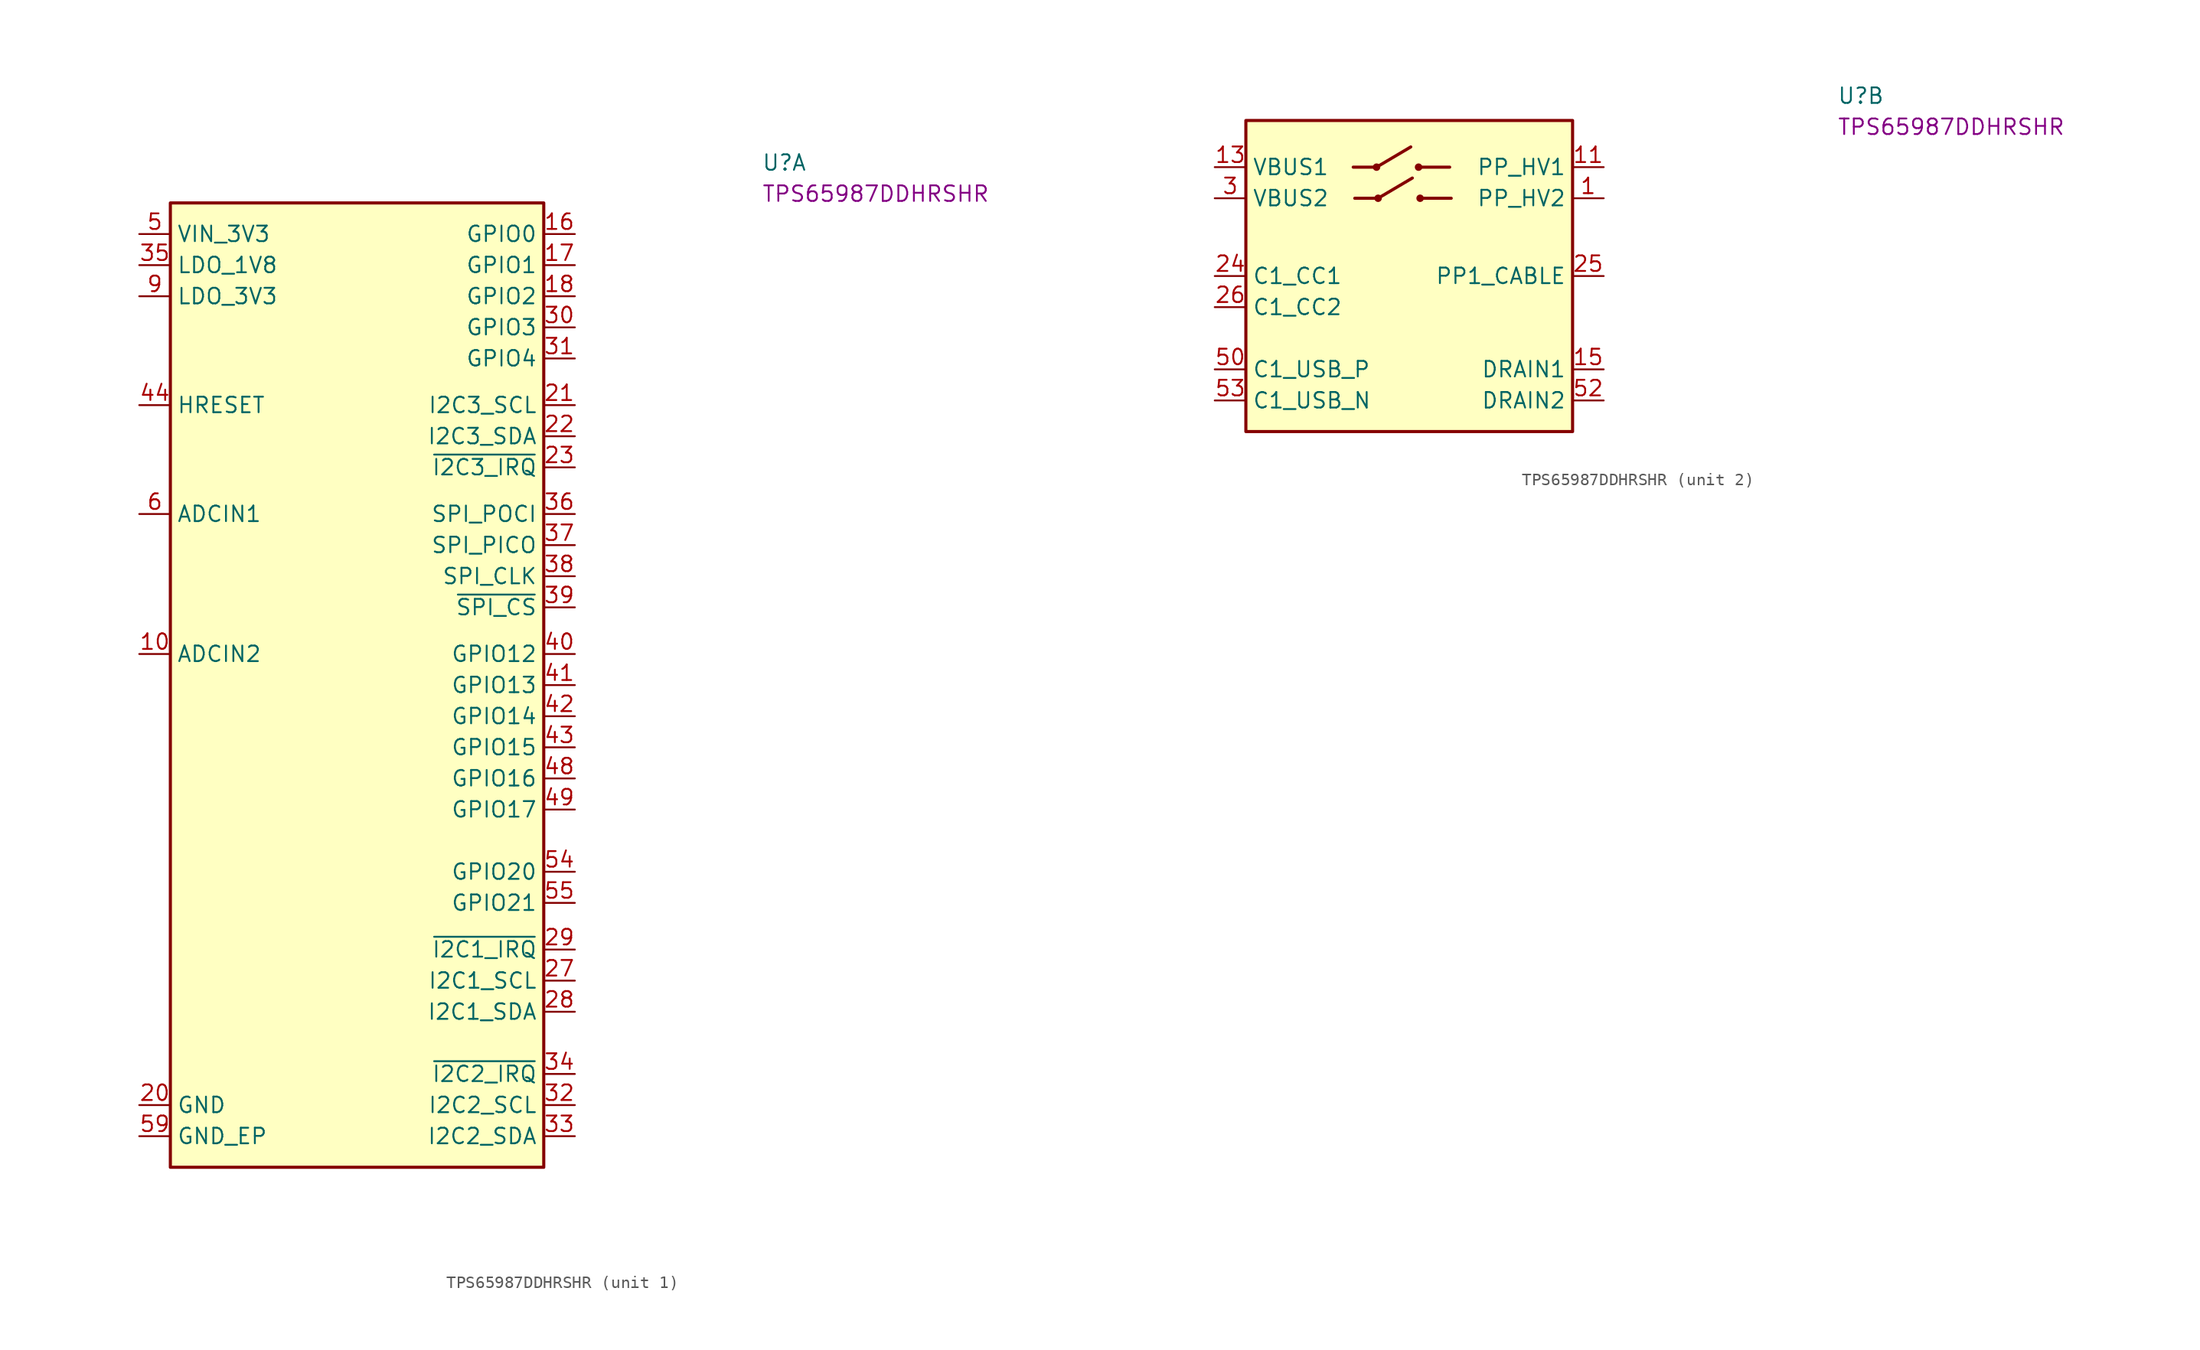
<source format=kicad_sym>
(kicad_symbol_lib
  (version 20220914)
  (generator kicad_symbol_editor)
  (symbol "TPS65987DDHRSHR"
    (property "Reference" "U"
      (at 50.8 5.08 0)
      (effects (font (size 1.27 1.27) (thickness 0.15)) (justify left bottom)))
    (property "MPN" "TPS65987DDHRSHR"
      (at 50.8 2.54 0)
      (effects (font (size 1.27 1.27) (thickness 0.15)) (justify left bottom)))
    (property "ki_locked" ""
      (at 0 0 0)
      (effects (font (size 1.27 1.27))))
    (symbol "TPS65987DDHRSHR_1_1"
      (rectangle (start 2.54 2.54) (end 33.02 -76.2) (stroke (width 0.254) (type default)) (fill (type background)))
      (pin input line (at 0 -34.29 0) (length 2.54) (name "ADCIN2" (effects (font (size 1.27 1.27)))) (number "10" (effects (font (size 1.27 1.27)))))
      (pin bidirectional line (at 35.56 0 180) (length 2.54) (name "GPIO0" (effects (font (size 1.27 1.27)))) (number "16" (effects (font (size 1.27 1.27)))))
      (pin bidirectional line (at 35.56 -2.54 180) (length 2.54) (name "GPIO1" (effects (font (size 1.27 1.27)))) (number "17" (effects (font (size 1.27 1.27)))))
      (pin bidirectional line (at 35.56 -5.08 180) (length 2.54) (name "GPIO2" (effects (font (size 1.27 1.27)))) (number "18" (effects (font (size 1.27 1.27)))))
      (pin power_in line (at 0 -71.12 0) (length 2.54) (name "GND" (effects (font (size 1.27 1.27)))) (number "20" (effects (font (size 1.27 1.27)))))
      (pin bidirectional line (at 35.56 -13.97 180) (length 2.54) (name "I2C3_SCL" (effects (font (size 1.27 1.27)))) (number "21" (effects (font (size 1.27 1.27)))) (alternate "GPIO5" passive line) (alternate "I2C3_SCL" bidirectional line))
      (pin bidirectional line (at 35.56 -16.51 180) (length 2.54) (name "I2C3_SDA" (effects (font (size 1.27 1.27)))) (number "22" (effects (font (size 1.27 1.27)))) (alternate "GPIO6" passive line) (alternate "I2C3_SDA" bidirectional line))
      (pin bidirectional line (at 35.56 -19.05 180) (length 2.54) (name "~{I2C3_IRQ}" (effects (font (size 1.27 1.27)))) (number "23" (effects (font (size 1.27 1.27)))) (alternate "GPIO7" passive line) (alternate "~{I2C3_IRQ}" bidirectional line))
      (pin bidirectional line (at 35.56 -60.96 180) (length 2.54) (name "I2C1_SCL" (effects (font (size 1.27 1.27)))) (number "27" (effects (font (size 1.27 1.27)))))
      (pin bidirectional line (at 35.56 -63.5 180) (length 2.54) (name "I2C1_SDA" (effects (font (size 1.27 1.27)))) (number "28" (effects (font (size 1.27 1.27)))))
      (pin output line (at 35.56 -58.42 180) (length 2.54) (name "~{I2C1_IRQ}" (effects (font (size 1.27 1.27)))) (number "29" (effects (font (size 1.27 1.27)))))
      (pin bidirectional line (at 35.56 -7.62 180) (length 2.54) (name "GPIO3" (effects (font (size 1.27 1.27)))) (number "30" (effects (font (size 1.27 1.27)))) (alternate "GPIO3" bidirectional line) (alternate "HPD1" passive line))
      (pin bidirectional line (at 35.56 -10.16 180) (length 2.54) (name "GPIO4" (effects (font (size 1.27 1.27)))) (number "31" (effects (font (size 1.27 1.27)))) (alternate "GPIO4" bidirectional line) (alternate "HPD2" bidirectional line))
      (pin bidirectional line (at 35.56 -71.12 180) (length 2.54) (name "I2C2_SCL" (effects (font (size 1.27 1.27)))) (number "32" (effects (font (size 1.27 1.27)))))
      (pin bidirectional line (at 35.56 -73.66 180) (length 2.54) (name "I2C2_SDA" (effects (font (size 1.27 1.27)))) (number "33" (effects (font (size 1.27 1.27)))))
      (pin output line (at 35.56 -68.58 180) (length 2.54) (name "~{I2C2_IRQ}" (effects (font (size 1.27 1.27)))) (number "34" (effects (font (size 1.27 1.27)))))
      (pin power_out line (at 0 -2.54 0) (length 2.54) (name "LDO_1V8" (effects (font (size 1.27 1.27)))) (number "35" (effects (font (size 1.27 1.27)))))
      (pin bidirectional line (at 35.56 -22.86 180) (length 2.54) (name "SPI_POCI" (effects (font (size 1.27 1.27)))) (number "36" (effects (font (size 1.27 1.27)))) (alternate "GPIO8" passive line) (alternate "SPI_POCI" bidirectional line))
      (pin bidirectional line (at 35.56 -25.4 180) (length 2.54) (name "SPI_PICO" (effects (font (size 1.27 1.27)))) (number "37" (effects (font (size 1.27 1.27)))) (alternate "GPIO9" passive line) (alternate "SPI_PICO" bidirectional line))
      (pin bidirectional line (at 35.56 -27.94 180) (length 2.54) (name "SPI_CLK" (effects (font (size 1.27 1.27)))) (number "38" (effects (font (size 1.27 1.27)))) (alternate "GPIO10" passive line) (alternate "SPI_CLK" bidirectional line))
      (pin bidirectional line (at 35.56 -30.48 180) (length 2.54) (name "~{SPI_CS}" (effects (font (size 1.27 1.27)))) (number "39" (effects (font (size 1.27 1.27)))) (alternate "GPIO11" bidirectional line) (alternate "~{SPI_CS}" bidirectional line))
      (pin bidirectional line (at 35.56 -34.29 180) (length 2.54) (name "GPIO12" (effects (font (size 1.27 1.27)))) (number "40" (effects (font (size 1.27 1.27)))))
      (pin bidirectional line (at 35.56 -36.83 180) (length 2.54) (name "GPIO13" (effects (font (size 1.27 1.27)))) (number "41" (effects (font (size 1.27 1.27)))))
      (pin bidirectional line (at 35.56 -39.37 180) (length 2.54) (name "GPIO14" (effects (font (size 1.27 1.27)))) (number "42" (effects (font (size 1.27 1.27)))) (alternate "GPIO14" bidirectional line) (alternate "PWM1" passive line))
      (pin bidirectional line (at 35.56 -41.91 180) (length 2.54) (name "GPIO15" (effects (font (size 1.27 1.27)))) (number "43" (effects (font (size 1.27 1.27)))) (alternate "GPIO15" bidirectional line) (alternate "PWM2" passive line))
      (pin input line (at 0 -13.97 0) (length 2.54) (name "HRESET" (effects (font (size 1.27 1.27)))) (number "44" (effects (font (size 1.27 1.27)))))
      (pin passive line (at 0 -71.12 0) (length 2.54) hide (name "GND" (effects (font (size 1.27 1.27)))) (number "45" (effects (font (size 1.27 1.27)))))
      (pin passive line (at 0 -71.12 0) (length 2.54) hide (name "GND" (effects (font (size 1.27 1.27)))) (number "46" (effects (font (size 1.27 1.27)))))
      (pin passive line (at 0 -71.12 0) (length 2.54) hide (name "GND" (effects (font (size 1.27 1.27)))) (number "47" (effects (font (size 1.27 1.27)))))
      (pin bidirectional line (at 35.56 -44.45 180) (length 2.54) (name "GPIO16" (effects (font (size 1.27 1.27)))) (number "48" (effects (font (size 1.27 1.27)))) (alternate "GPIO16" bidirectional line) (alternate "PP_EXT1" passive line))
      (pin bidirectional line (at 35.56 -46.99 180) (length 2.54) (name "GPIO17" (effects (font (size 1.27 1.27)))) (number "49" (effects (font (size 1.27 1.27)))) (alternate "GPIO17" bidirectional line) (alternate "PP_EXT2" passive line))
      (pin power_in line (at 0 0 0) (length 2.54) (name "VIN_3V3" (effects (font (size 1.27 1.27)))) (number "5" (effects (font (size 1.27 1.27)))))
      (pin passive line (at 0 -71.12 0) (length 2.54) hide (name "GND" (effects (font (size 1.27 1.27)))) (number "51" (effects (font (size 1.27 1.27)))))
      (pin bidirectional line (at 35.56 -52.07 180) (length 2.54) (name "GPIO20" (effects (font (size 1.27 1.27)))) (number "54" (effects (font (size 1.27 1.27)))))
      (pin bidirectional line (at 35.56 -54.61 180) (length 2.54) (name "GPIO21" (effects (font (size 1.27 1.27)))) (number "55" (effects (font (size 1.27 1.27)))))
      (pin power_in line (at 0 -73.66 0) (length 2.54) (name "GND_EP" (effects (font (size 1.27 1.27)))) (number "59" (effects (font (size 1.27 1.27)))))
      (pin input line (at 0 -22.86 0) (length 2.54) (name "ADCIN1" (effects (font (size 1.27 1.27)))) (number "6" (effects (font (size 1.27 1.27)))))
      (pin power_out line (at 0 -5.08 0) (length 2.54) (name "LDO_3V3" (effects (font (size 1.27 1.27)))) (number "9" (effects (font (size 1.27 1.27))))))
    (symbol "TPS65987DDHRSHR_2_1"
      (polyline (pts (xy 11.303 0) (xy 13.208 0)) (stroke (width 0.254) (type default)) (fill (type background)))
      (polyline (pts (xy 11.43 -2.54) (xy 13.335 -2.54)) (stroke (width 0.254) (type default)) (fill (type background)))
      (polyline (pts (xy 13.208 0) (xy 16.002 1.651)) (stroke (width 0.254) (type default)) (fill (type background)))
      (polyline (pts (xy 13.335 -2.54) (xy 16.129 -0.889)) (stroke (width 0.254) (type default)) (fill (type background)))
      (polyline (pts (xy 19.177 0) (xy 16.637 0)) (stroke (width 0.254) (type default)) (fill (type background)))
      (polyline (pts (xy 19.304 -2.54) (xy 16.764 -2.54)) (stroke (width 0.254) (type default)) (fill (type background)))
      (rectangle (start 2.54 3.81) (end 29.21 -21.59) (stroke (width 0.254) (type default)) (fill (type background)))
      (circle (center 13.208 0) (radius 0.18) (stroke (width 0.254) (type default)) (fill (type background)))
      (circle (center 13.335 -2.54) (radius 0.18) (stroke (width 0.254) (type default)) (fill (type background)))
      (circle (center 16.637 0) (radius 0.18) (stroke (width 0.254) (type default)) (fill (type background)))
      (circle (center 16.764 -2.54) (radius 0.18) (stroke (width 0.254) (type default)) (fill (type background)))
      (pin bidirectional line (at 31.75 -2.54 180) (length 2.54) (name "PP_HV2" (effects (font (size 1.27 1.27)))) (number "1" (effects (font (size 1.27 1.27)))))
      (pin bidirectional line (at 31.75 0 180) (length 2.54) (name "PP_HV1" (effects (font (size 1.27 1.27)))) (number "11" (effects (font (size 1.27 1.27)))))
      (pin bidirectional line (at 0 0 0) (length 2.54) (name "VBUS1" (effects (font (size 1.27 1.27)))) (number "13" (effects (font (size 1.27 1.27)))))
      (pin passive line (at 31.75 -16.51 180) (length 2.54) (name "DRAIN1" (effects (font (size 1.27 1.27)))) (number "15" (effects (font (size 1.27 1.27)))))
      (pin passive line (at 31.75 -16.51 180) (length 2.54) hide (name "DRAIN1" (effects (font (size 1.27 1.27)))) (number "19" (effects (font (size 1.27 1.27)))))
      (pin bidirectional line (at 0 -8.89 0) (length 2.54) (name "C1_CC1" (effects (font (size 1.27 1.27)))) (number "24" (effects (font (size 1.27 1.27)))))
      (pin power_in line (at 31.75 -8.89 180) (length 2.54) (name "PP1_CABLE" (effects (font (size 1.27 1.27)))) (number "25" (effects (font (size 1.27 1.27)))))
      (pin bidirectional line (at 0 -11.43 0) (length 2.54) (name "C1_CC2" (effects (font (size 1.27 1.27)))) (number "26" (effects (font (size 1.27 1.27)))))
      (pin bidirectional line (at 0 -2.54 0) (length 2.54) (name "VBUS2" (effects (font (size 1.27 1.27)))) (number "3" (effects (font (size 1.27 1.27)))))
      (pin bidirectional line (at 0 -16.51 0) (length 2.54) (name "C1_USB_P" (effects (font (size 1.27 1.27)))) (number "50" (effects (font (size 1.27 1.27)))) (alternate "C1_USB_P" bidirectional line) (alternate "GPIO18" passive line))
      (pin passive line (at 31.75 -19.05 180) (length 2.54) (name "DRAIN2" (effects (font (size 1.27 1.27)))) (number "52" (effects (font (size 1.27 1.27)))))
      (pin bidirectional line (at 0 -19.05 0) (length 2.54) (name "C1_USB_N" (effects (font (size 1.27 1.27)))) (number "53" (effects (font (size 1.27 1.27)))) (alternate "C1_USB_N" bidirectional line) (alternate "GPIO19" passive line))
      (pin passive line (at 31.75 -19.05 180) (length 2.54) hide (name "DRAIN2" (effects (font (size 1.27 1.27)))) (number "56" (effects (font (size 1.27 1.27)))))
      (pin passive line (at 31.75 -19.05 180) (length 2.54) hide (name "DRAIN2" (effects (font (size 1.27 1.27)))) (number "57" (effects (font (size 1.27 1.27)))))
      (pin passive line (at 31.75 -16.51 180) (length 2.54) hide (name "DRAIN1" (effects (font (size 1.27 1.27)))) (number "58" (effects (font (size 1.27 1.27)))))
      (pin passive line (at 31.75 -19.05 180) (length 2.54) hide (name "DRAIN2" (effects (font (size 1.27 1.27)))) (number "7" (effects (font (size 1.27 1.27)))))
      (pin passive line (at 31.75 -16.51 180) (length 2.54) hide (name "DRAIN1" (effects (font (size 1.27 1.27)))) (number "8" (effects (font (size 1.27 1.27))))))))
</source>
